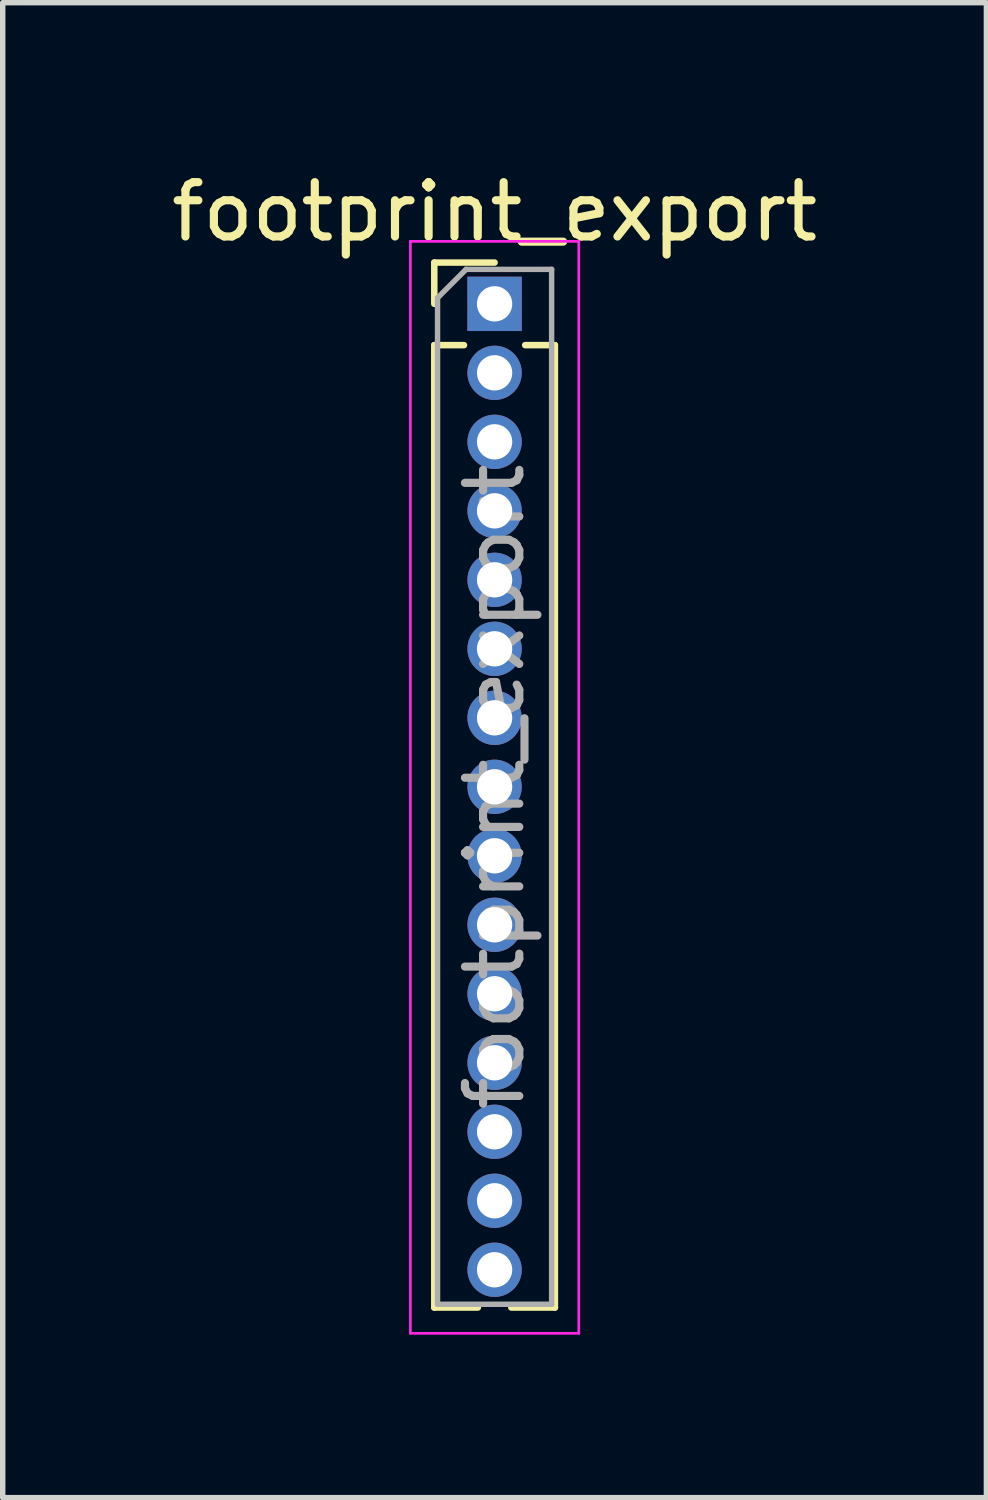
<source format=kicad_pcb>
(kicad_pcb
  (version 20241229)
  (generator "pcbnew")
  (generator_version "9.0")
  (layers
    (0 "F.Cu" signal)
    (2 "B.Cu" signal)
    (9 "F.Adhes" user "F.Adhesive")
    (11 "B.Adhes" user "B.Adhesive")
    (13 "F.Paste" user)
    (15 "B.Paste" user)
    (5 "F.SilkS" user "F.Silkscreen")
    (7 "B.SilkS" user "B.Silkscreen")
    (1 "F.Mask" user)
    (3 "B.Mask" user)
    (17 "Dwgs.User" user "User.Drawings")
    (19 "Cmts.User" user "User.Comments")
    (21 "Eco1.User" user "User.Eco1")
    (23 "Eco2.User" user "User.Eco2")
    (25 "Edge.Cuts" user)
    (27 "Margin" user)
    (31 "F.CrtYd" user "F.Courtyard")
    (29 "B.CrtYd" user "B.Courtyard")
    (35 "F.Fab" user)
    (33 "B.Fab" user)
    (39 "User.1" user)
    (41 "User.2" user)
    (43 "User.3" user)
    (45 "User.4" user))
  (footprint "footprint_export"
    (layer "F.Cu")
    (at 6.054 2.543)
    (property "Reference" "footprint_export" (at 0 -1.695 0) (layer "F.SilkS") (effects (font (size 1 1) (thickness 0.15))))
    (attr through_hole)
    (fp_line (start -1.11 -0.76) (end 0 -0.76) (stroke (width 0.12) (type solid)) (layer "F.SilkS"))
    (fp_line (start -1.11 0) (end -1.11 -0.76) (stroke (width 0.12) (type solid)) (layer "F.SilkS"))
    (fp_line (start -1.11 0.76) (end -1.11 18.475) (stroke (width 0.12) (type solid)) (layer "F.SilkS"))
    (fp_line (start -1.11 0.76) (end -0.563 0.76) (stroke (width 0.12) (type solid)) (layer "F.SilkS"))
    (fp_line (start -1.11 18.475) (end -0.308 18.475) (stroke (width 0.12) (type solid)) (layer "F.SilkS"))
    (fp_line (start 0.308 18.475) (end 1.11 18.475) (stroke (width 0.12) (type solid)) (layer "F.SilkS"))
    (fp_line (start 0.563 0.76) (end 1.11 0.76) (stroke (width 0.12) (type solid)) (layer "F.SilkS"))
    (fp_line (start 1.11 0.76) (end 1.11 18.475) (stroke (width 0.12) (type solid)) (layer "F.SilkS"))
    (fp_line (start -1.55 -1.15) (end -1.55 18.95) (stroke (width 0.05) (type solid)) (layer "F.CrtYd"))
    (fp_line (start -1.55 18.95) (end 1.55 18.95) (stroke (width 0.05) (type solid)) (layer "F.CrtYd"))
    (fp_line (start 1.55 -1.15) (end -1.55 -1.15) (stroke (width 0.05) (type solid)) (layer "F.CrtYd"))
    (fp_line (start 1.55 18.95) (end 1.55 -1.15) (stroke (width 0.05) (type solid)) (layer "F.CrtYd"))
    (fp_line (start -1.05 -0.11) (end -0.525 -0.635) (stroke (width 0.1) (type solid)) (layer "F.Fab"))
    (fp_line (start -1.05 18.415) (end -1.05 -0.11) (stroke (width 0.1) (type solid)) (layer "F.Fab"))
    (fp_line (start -0.525 -0.635) (end 1.05 -0.635) (stroke (width 0.1) (type solid)) (layer "F.Fab"))
    (fp_line (start 1.05 -0.635) (end 1.05 18.415) (stroke (width 0.1) (type solid)) (layer "F.Fab"))
    (fp_line (start 1.05 18.415) (end -1.05 18.415) (stroke (width 0.1) (type solid)) (layer "F.Fab"))
    (fp_text user "${REFERENCE}" (at 0 8.89 90) (layer "F.Fab") (effects (font (size 1 1) (thickness 0.15))))
    (pad "1" thru_hole rect (at 0 0) (size 1 1) (drill 0.65) (layers "*.Cu" "*.Mask"))
    (pad "2" thru_hole oval (at 0 1.27) (size 1 1) (drill 0.65) (layers "*.Cu" "*.Mask"))
    (pad "3" thru_hole oval (at 0 2.54) (size 1 1) (drill 0.65) (layers "*.Cu" "*.Mask"))
    (pad "4" thru_hole oval (at 0 3.81) (size 1 1) (drill 0.65) (layers "*.Cu" "*.Mask"))
    (pad "5" thru_hole oval (at 0 5.08) (size 1 1) (drill 0.65) (layers "*.Cu" "*.Mask"))
    (pad "6" thru_hole oval (at 0 6.35) (size 1 1) (drill 0.65) (layers "*.Cu" "*.Mask"))
    (pad "7" thru_hole oval (at 0 7.62) (size 1 1) (drill 0.65) (layers "*.Cu" "*.Mask"))
    (pad "8" thru_hole oval (at 0 8.89) (size 1 1) (drill 0.65) (layers "*.Cu" "*.Mask"))
    (pad "9" thru_hole oval (at 0 10.16) (size 1 1) (drill 0.65) (layers "*.Cu" "*.Mask"))
    (pad "10" thru_hole oval (at 0 11.43) (size 1 1) (drill 0.65) (layers "*.Cu" "*.Mask"))
    (pad "11" thru_hole oval (at 0 12.7) (size 1 1) (drill 0.65) (layers "*.Cu" "*.Mask"))
    (pad "12" thru_hole oval (at 0 13.97) (size 1 1) (drill 0.65) (layers "*.Cu" "*.Mask"))
    (pad "13" thru_hole oval (at 0 15.24) (size 1 1) (drill 0.65) (layers "*.Cu" "*.Mask"))
    (pad "14" thru_hole oval (at 0 16.51) (size 1 1) (drill 0.65) (layers "*.Cu" "*.Mask"))
    (pad "15" thru_hole oval (at 0 17.78) (size 1 1) (drill 0.65) (layers "*.Cu" "*.Mask")))
  (gr_rect
    (start -3 -3)
    (end 15.107 24.518)
    (stroke (width 0.1) (type default))
    (fill no)
    (layer "Edge.Cuts")))
</source>
